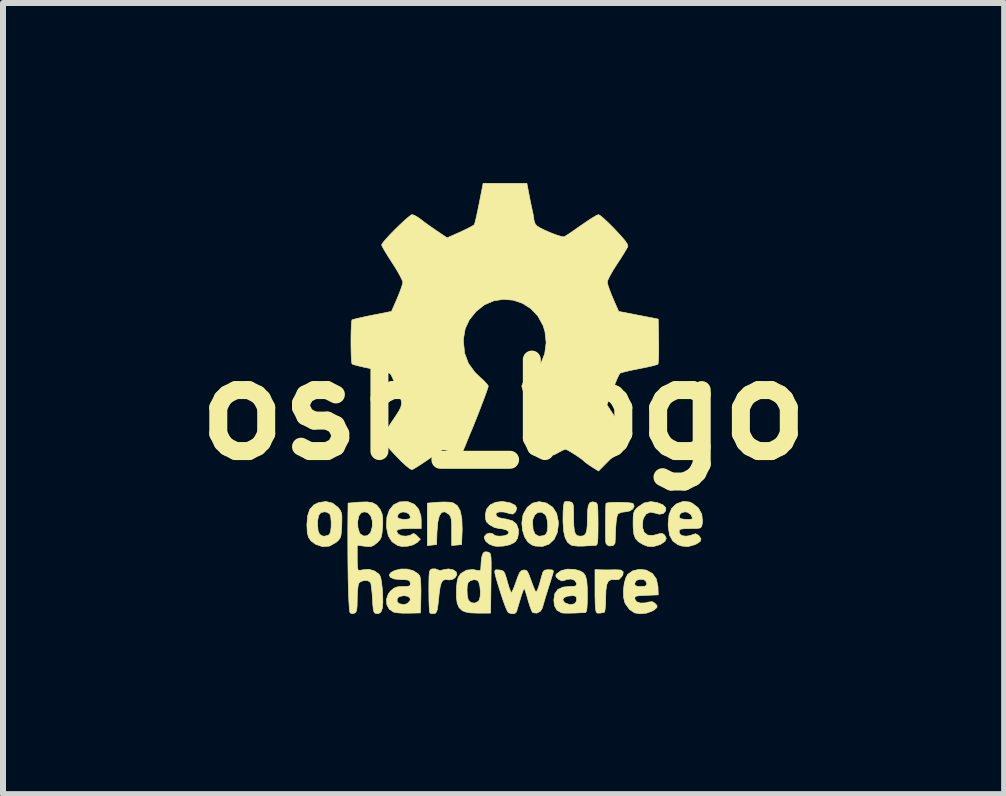
<source format=kicad_pcb>
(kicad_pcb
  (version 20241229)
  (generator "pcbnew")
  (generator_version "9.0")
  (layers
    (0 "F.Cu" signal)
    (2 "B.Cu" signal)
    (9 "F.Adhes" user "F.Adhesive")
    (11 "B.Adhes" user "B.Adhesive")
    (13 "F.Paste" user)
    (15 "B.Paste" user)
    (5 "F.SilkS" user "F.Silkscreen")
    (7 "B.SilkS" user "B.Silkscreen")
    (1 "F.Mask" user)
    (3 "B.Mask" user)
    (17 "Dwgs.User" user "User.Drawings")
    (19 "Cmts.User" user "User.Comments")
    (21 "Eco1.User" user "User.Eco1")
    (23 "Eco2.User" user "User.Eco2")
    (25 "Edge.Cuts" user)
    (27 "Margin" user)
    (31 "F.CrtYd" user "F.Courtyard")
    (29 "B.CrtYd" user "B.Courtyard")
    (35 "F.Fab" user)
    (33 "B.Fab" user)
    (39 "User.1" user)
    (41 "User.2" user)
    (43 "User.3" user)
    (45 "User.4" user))
  (footprint "osh_logo"
    (layer "F.Cu")
    (at 5.341 3.777)
    (property "Reference" "osh_logo" (at 0 0 0) (layer "F.SilkS") (effects (font (size 1.524 1.524) (thickness 0.3))))
    (attr through_hole)
    (fp_poly (pts (xy -0.896 1.542) (xy -0.839 1.553) (xy -0.769 1.6) (xy -0.721 1.688) (xy -0.695 1.817) (xy -0.689 1.991) (xy -0.69 2.022) (xy -0.699 2.248) (xy -0.864 2.264) (xy -0.864 2.025) (xy -0.865 1.908) (xy -0.871 1.83) (xy -0.883 1.781) (xy -0.904 1.75) (xy -0.91 1.744) (xy -0.976 1.702) (xy -1.029 1.71) (xy -1.069 1.766) (xy -1.095 1.872) (xy -1.108 2.026) (xy -1.109 2.032) (xy -1.116 2.248) (xy -1.193 2.256) (xy -1.27 2.264) (xy -1.27 1.557) (xy -1.092 1.542) (xy -0.988 1.538) (xy -0.896 1.542)) (stroke (width 0.01) (type solid)) (fill yes) (layer "F.SilkS"))
    (fp_poly (pts (xy 1.645 2.669) (xy 1.743 2.67) (xy 1.84 2.668) (xy 1.863 2.667) (xy 1.951 2.672) (xy 1.993 2.698) (xy 1.99 2.747) (xy 1.971 2.78) (xy 1.927 2.827) (xy 1.872 2.835) (xy 1.861 2.833) (xy 1.795 2.831) (xy 1.749 2.855) (xy 1.721 2.913) (xy 1.706 3.009) (xy 1.702 3.141) (xy 1.699 3.244) (xy 1.693 3.324) (xy 1.684 3.371) (xy 1.678 3.378) (xy 1.634 3.385) (xy 1.621 3.389) (xy 1.568 3.39) (xy 1.556 3.387) (xy 1.542 3.366) (xy 1.532 3.311) (xy 1.527 3.219) (xy 1.524 3.083) (xy 1.524 3.02) (xy 1.524 2.665) (xy 1.645 2.669)) (stroke (width 0.01) (type solid)) (fill yes) (layer "F.SilkS"))
    (fp_poly (pts (xy 1.997 1.545) (xy 2.082 1.55) (xy 2.141 1.558) (xy 2.16 1.565) (xy 2.177 1.609) (xy 2.154 1.653) (xy 2.102 1.688) (xy 2.03 1.702) (xy 2.029 1.702) (xy 1.959 1.711) (xy 1.91 1.735) (xy 1.906 1.738) (xy 1.891 1.78) (xy 1.878 1.857) (xy 1.87 1.956) (xy 1.868 1.986) (xy 1.864 2.087) (xy 1.861 2.17) (xy 1.858 2.22) (xy 1.857 2.226) (xy 1.831 2.261) (xy 1.774 2.271) (xy 1.746 2.267) (xy 1.709 2.235) (xy 1.701 2.189) (xy 1.699 2.056) (xy 1.699 1.922) (xy 1.7 1.796) (xy 1.701 1.688) (xy 1.704 1.607) (xy 1.707 1.564) (xy 1.708 1.56) (xy 1.742 1.551) (xy 1.812 1.545) (xy 1.902 1.543) (xy 1.997 1.545)) (stroke (width 0.01) (type solid)) (fill yes) (layer "F.SilkS"))
    (fp_poly (pts (xy -1.107 2.665) (xy -1.057 2.681) (xy -1.005 2.668) (xy -0.919 2.653) (xy -0.838 2.669) (xy -0.789 2.703) (xy -0.778 2.748) (xy -0.803 2.795) (xy -0.851 2.829) (xy -0.909 2.837) (xy -0.912 2.836) (xy -0.969 2.83) (xy -1.009 2.844) (xy -1.037 2.884) (xy -1.057 2.957) (xy -1.073 3.071) (xy -1.079 3.129) (xy -1.092 3.248) (xy -1.103 3.325) (xy -1.117 3.369) (xy -1.134 3.391) (xy -1.157 3.398) (xy -1.207 3.397) (xy -1.227 3.388) (xy -1.233 3.357) (xy -1.239 3.285) (xy -1.243 3.182) (xy -1.244 3.058) (xy -1.245 3.02) (xy -1.244 2.88) (xy -1.242 2.783) (xy -1.237 2.72) (xy -1.228 2.683) (xy -1.214 2.664) (xy -1.194 2.654) (xy -1.193 2.654) (xy -1.136 2.652) (xy -1.107 2.665)) (stroke (width 0.01) (type solid)) (fill yes) (layer "F.SilkS"))
    (fp_poly (pts (xy 2.56 1.548) (xy 2.655 1.585) (xy 2.703 1.633) (xy 2.703 1.685) (xy 2.662 1.731) (xy 2.594 1.742) (xy 2.53 1.724) (xy 2.446 1.707) (xy 2.377 1.737) (xy 2.332 1.807) (xy 2.322 1.844) (xy 2.315 1.96) (xy 2.343 2.043) (xy 2.401 2.09) (xy 2.487 2.096) (xy 2.539 2.083) (xy 2.608 2.064) (xy 2.649 2.064) (xy 2.681 2.086) (xy 2.684 2.089) (xy 2.712 2.142) (xy 2.69 2.194) (xy 2.622 2.241) (xy 2.605 2.249) (xy 2.493 2.282) (xy 2.396 2.275) (xy 2.324 2.247) (xy 2.247 2.2) (xy 2.198 2.146) (xy 2.171 2.073) (xy 2.16 1.968) (xy 2.159 1.9) (xy 2.16 1.797) (xy 2.166 1.731) (xy 2.182 1.686) (xy 2.21 1.65) (xy 2.236 1.625) (xy 2.34 1.555) (xy 2.454 1.532) (xy 2.56 1.548)) (stroke (width 0.01) (type solid)) (fill yes) (layer "F.SilkS"))
    (fp_poly (pts (xy 0.71 1.555) (xy 0.719 1.559) (xy 0.82 1.626) (xy 0.885 1.729) (xy 0.913 1.866) (xy 0.914 1.908) (xy 0.895 2.05) (xy 0.842 2.162) (xy 0.76 2.239) (xy 0.654 2.278) (xy 0.531 2.273) (xy 0.476 2.256) (xy 0.405 2.205) (xy 0.35 2.118) (xy 0.316 2.008) (xy 0.305 1.888) (xy 0.306 1.882) (xy 0.483 1.882) (xy 0.493 2) (xy 0.526 2.074) (xy 0.582 2.106) (xy 0.604 2.108) (xy 0.668 2.098) (xy 0.706 2.078) (xy 0.728 2.027) (xy 0.737 1.948) (xy 0.732 1.861) (xy 0.715 1.785) (xy 0.695 1.748) (xy 0.633 1.708) (xy 0.572 1.712) (xy 0.521 1.753) (xy 0.489 1.826) (xy 0.483 1.882) (xy 0.306 1.882) (xy 0.321 1.77) (xy 0.332 1.735) (xy 0.396 1.626) (xy 0.485 1.557) (xy 0.592 1.532) (xy 0.71 1.555)) (stroke (width 0.01) (type solid)) (fill yes) (layer "F.SilkS"))
    (fp_poly (pts (xy -2.848 1.558) (xy -2.756 1.63) (xy -2.755 1.631) (xy -2.722 1.674) (xy -2.703 1.716) (xy -2.694 1.77) (xy -2.694 1.851) (xy -2.696 1.925) (xy -2.702 2.03) (xy -2.71 2.099) (xy -2.726 2.143) (xy -2.754 2.179) (xy -2.793 2.213) (xy -2.9 2.273) (xy -3.014 2.283) (xy -3.129 2.244) (xy -3.142 2.236) (xy -3.208 2.187) (xy -3.249 2.129) (xy -3.27 2.05) (xy -3.276 1.935) (xy -3.277 1.913) (xy -3.276 1.905) (xy -3.099 1.905) (xy -3.091 2.011) (xy -3.066 2.076) (xy -3.019 2.105) (xy -2.985 2.108) (xy -2.926 2.094) (xy -2.901 2.078) (xy -2.882 2.033) (xy -2.873 1.958) (xy -2.872 1.871) (xy -2.879 1.791) (xy -2.896 1.738) (xy -2.901 1.732) (xy -2.95 1.707) (xy -2.985 1.702) (xy -3.044 1.715) (xy -3.08 1.761) (xy -3.097 1.844) (xy -3.099 1.905) (xy -3.276 1.905) (xy -3.264 1.766) (xy -3.227 1.658) (xy -3.16 1.586) (xy -3.086 1.55) (xy -2.961 1.53) (xy -2.848 1.558)) (stroke (width 0.01) (type solid)) (fill yes) (layer "F.SilkS"))
    (fp_poly (pts (xy -1.587 1.535) (xy -1.486 1.577) (xy -1.415 1.658) (xy -1.377 1.772) (xy -1.372 1.843) (xy -1.372 1.981) (xy -1.575 1.981) (xy -1.689 1.985) (xy -1.757 1.997) (xy -1.782 2.021) (xy -1.766 2.057) (xy -1.748 2.078) (xy -1.695 2.102) (xy -1.622 2.107) (xy -1.554 2.093) (xy -1.529 2.077) (xy -1.498 2.063) (xy -1.459 2.086) (xy -1.442 2.103) (xy -1.386 2.159) (xy -1.439 2.213) (xy -1.506 2.252) (xy -1.599 2.275) (xy -1.696 2.279) (xy -1.765 2.263) (xy -1.86 2.199) (xy -1.92 2.102) (xy -1.949 1.968) (xy -1.951 1.947) (xy -1.944 1.794) (xy -1.941 1.784) (xy -1.771 1.784) (xy -1.744 1.815) (xy -1.671 1.828) (xy -1.65 1.829) (xy -1.577 1.821) (xy -1.55 1.798) (xy -1.549 1.796) (xy -1.571 1.743) (xy -1.622 1.71) (xy -1.685 1.704) (xy -1.742 1.728) (xy -1.752 1.739) (xy -1.771 1.784) (xy -1.941 1.784) (xy -1.903 1.672) (xy -1.832 1.585) (xy -1.734 1.537) (xy -1.613 1.531) (xy -1.587 1.535)) (stroke (width 0.01) (type solid)) (fill yes) (layer "F.SilkS"))
    (fp_poly (pts (xy 1.106 1.535) (xy 1.135 1.544) (xy 1.153 1.562) (xy 1.163 1.597) (xy 1.167 1.661) (xy 1.168 1.763) (xy 1.168 1.799) (xy 1.171 1.931) (xy 1.181 2.02) (xy 1.2 2.074) (xy 1.233 2.101) (xy 1.281 2.108) (xy 1.283 2.108) (xy 1.332 2.101) (xy 1.366 2.073) (xy 1.386 2.017) (xy 1.395 1.925) (xy 1.397 1.812) (xy 1.4 1.684) (xy 1.413 1.599) (xy 1.437 1.552) (xy 1.477 1.536) (xy 1.528 1.543) (xy 1.546 1.552) (xy 1.56 1.572) (xy 1.568 1.612) (xy 1.572 1.68) (xy 1.574 1.784) (xy 1.575 1.908) (xy 1.574 2.049) (xy 1.572 2.146) (xy 1.567 2.209) (xy 1.558 2.244) (xy 1.545 2.259) (xy 1.53 2.262) (xy 1.482 2.264) (xy 1.402 2.268) (xy 1.333 2.273) (xy 1.241 2.274) (xy 1.162 2.266) (xy 1.125 2.256) (xy 1.067 2.21) (xy 1.027 2.135) (xy 1.002 2.025) (xy 0.991 1.873) (xy 0.991 1.807) (xy 0.993 1.687) (xy 1 1.597) (xy 1.012 1.544) (xy 1.017 1.536) (xy 1.061 1.529) (xy 1.106 1.535)) (stroke (width 0.01) (type solid)) (fill yes) (layer "F.SilkS"))
    (fp_poly (pts (xy 2.373 2.672) (xy 2.381 2.675) (xy 2.482 2.731) (xy 2.546 2.821) (xy 2.573 2.945) (xy 2.574 2.961) (xy 2.578 3.086) (xy 2.38 3.094) (xy 2.28 3.098) (xy 2.222 3.105) (xy 2.194 3.117) (xy 2.187 3.139) (xy 2.189 3.157) (xy 2.218 3.201) (xy 2.28 3.222) (xy 2.362 3.22) (xy 2.412 3.206) (xy 2.477 3.199) (xy 2.519 3.223) (xy 2.557 3.263) (xy 2.556 3.296) (xy 2.514 3.334) (xy 2.483 3.353) (xy 2.385 3.39) (xy 2.274 3.401) (xy 2.184 3.386) (xy 2.1 3.33) (xy 2.032 3.237) (xy 2.018 3.207) (xy 2 3.123) (xy 1.997 3.016) (xy 2.01 2.905) (xy 2.012 2.897) (xy 2.184 2.897) (xy 2.194 2.93) (xy 2.23 2.944) (xy 2.286 2.946) (xy 2.353 2.942) (xy 2.382 2.925) (xy 2.388 2.897) (xy 2.366 2.851) (xy 2.337 2.832) (xy 2.266 2.826) (xy 2.21 2.848) (xy 2.185 2.893) (xy 2.184 2.897) (xy 2.012 2.897) (xy 2.035 2.808) (xy 2.069 2.744) (xy 2.154 2.685) (xy 2.262 2.66) (xy 2.373 2.672)) (stroke (width 0.01) (type solid)) (fill yes) (layer "F.SilkS"))
    (fp_poly (pts (xy -1.604 2.656) (xy -1.503 2.684) (xy -1.425 2.734) (xy -1.395 2.772) (xy -1.386 2.816) (xy -1.379 2.898) (xy -1.376 3.005) (xy -1.377 3.103) (xy -1.384 3.387) (xy -1.575 3.391) (xy -1.678 3.391) (xy -1.769 3.385) (xy -1.829 3.374) (xy -1.831 3.374) (xy -1.904 3.325) (xy -1.945 3.25) (xy -1.948 3.195) (xy -1.774 3.195) (xy -1.744 3.23) (xy -1.734 3.234) (xy -1.667 3.247) (xy -1.622 3.238) (xy -1.588 3.217) (xy -1.554 3.174) (xy -1.56 3.136) (xy -1.599 3.109) (xy -1.66 3.099) (xy -1.734 3.113) (xy -1.738 3.114) (xy -1.772 3.148) (xy -1.774 3.195) (xy -1.948 3.195) (xy -1.951 3.161) (xy -1.921 3.072) (xy -1.882 3.021) (xy -1.826 2.974) (xy -1.768 2.952) (xy -1.684 2.946) (xy -1.677 2.946) (xy -1.6 2.945) (xy -1.563 2.935) (xy -1.552 2.913) (xy -1.554 2.889) (xy -1.563 2.857) (xy -1.589 2.84) (xy -1.642 2.833) (xy -1.712 2.832) (xy -1.821 2.821) (xy -1.885 2.794) (xy -1.905 2.756) (xy -1.88 2.716) (xy -1.811 2.679) (xy -1.709 2.655) (xy -1.604 2.656)) (stroke (width 0.01) (type solid)) (fill yes) (layer "F.SilkS"))
    (fp_poly (pts (xy -0.264 2.372) (xy -0.256 2.374) (xy -0.238 2.382) (xy -0.224 2.395) (xy -0.215 2.422) (xy -0.209 2.468) (xy -0.206 2.541) (xy -0.206 2.648) (xy -0.208 2.795) (xy -0.209 2.891) (xy -0.216 3.39) (xy -0.416 3.391) (xy -0.545 3.386) (xy -0.634 3.371) (xy -0.688 3.348) (xy -0.74 3.3) (xy -0.772 3.226) (xy -0.786 3.12) (xy -0.784 3.009) (xy -0.609 3.009) (xy -0.604 3.093) (xy -0.59 3.161) (xy -0.583 3.177) (xy -0.537 3.217) (xy -0.476 3.223) (xy -0.421 3.194) (xy -0.404 3.171) (xy -0.389 3.111) (xy -0.386 3.03) (xy -0.394 2.945) (xy -0.412 2.876) (xy -0.435 2.843) (xy -0.491 2.832) (xy -0.555 2.85) (xy -0.59 2.88) (xy -0.604 2.93) (xy -0.609 3.009) (xy -0.784 3.009) (xy -0.784 2.973) (xy -0.783 2.958) (xy -0.773 2.858) (xy -0.754 2.792) (xy -0.721 2.743) (xy -0.708 2.728) (xy -0.619 2.674) (xy -0.51 2.663) (xy -0.438 2.678) (xy -0.391 2.682) (xy -0.38 2.662) (xy -0.372 2.529) (xy -0.359 2.44) (xy -0.338 2.388) (xy -0.308 2.368) (xy -0.264 2.372)) (stroke (width 0.01) (type solid)) (fill yes) (layer "F.SilkS"))
    (fp_poly (pts (xy 3.094 1.538) (xy 3.145 1.559) (xy 3.246 1.637) (xy 3.303 1.74) (xy 3.316 1.863) (xy 3.309 1.911) (xy 3.3 1.947) (xy 3.282 1.968) (xy 3.244 1.978) (xy 3.173 1.981) (xy 3.108 1.981) (xy 3.008 1.983) (xy 2.95 1.992) (xy 2.926 2.011) (xy 2.929 2.046) (xy 2.936 2.068) (xy 2.972 2.098) (xy 3.036 2.108) (xy 3.111 2.098) (xy 3.154 2.08) (xy 3.201 2.067) (xy 3.245 2.091) (xy 3.257 2.103) (xy 3.29 2.152) (xy 3.278 2.195) (xy 3.219 2.235) (xy 3.185 2.25) (xy 3.073 2.282) (xy 2.968 2.272) (xy 2.904 2.249) (xy 2.821 2.189) (xy 2.768 2.094) (xy 2.745 1.959) (xy 2.743 1.905) (xy 2.757 1.758) (xy 2.757 1.756) (xy 2.93 1.756) (xy 2.934 1.804) (xy 2.935 1.806) (xy 2.964 1.819) (xy 3.02 1.827) (xy 3.083 1.829) (xy 3.132 1.824) (xy 3.15 1.814) (xy 3.127 1.754) (xy 3.072 1.712) (xy 3.024 1.702) (xy 2.964 1.718) (xy 2.93 1.756) (xy 2.757 1.756) (xy 2.799 1.649) (xy 2.872 1.576) (xy 2.895 1.563) (xy 2.997 1.528) (xy 3.094 1.538)) (stroke (width 0.01) (type solid)) (fill yes) (layer "F.SilkS"))
    (fp_poly (pts (xy 1.178 2.661) (xy 1.197 2.665) (xy 1.275 2.687) (xy 1.33 2.719) (xy 1.366 2.77) (xy 1.386 2.847) (xy 1.395 2.958) (xy 1.397 3.089) (xy 1.395 3.224) (xy 1.39 3.313) (xy 1.38 3.363) (xy 1.366 3.38) (xy 1.365 3.38) (xy 1.213 3.388) (xy 1.09 3.391) (xy 1.004 3.39) (xy 0.965 3.385) (xy 0.89 3.341) (xy 0.849 3.268) (xy 0.838 3.173) (xy 0.838 3.171) (xy 0.988 3.171) (xy 1.016 3.211) (xy 1.035 3.224) (xy 1.108 3.249) (xy 1.179 3.236) (xy 1.21 3.201) (xy 1.219 3.16) (xy 1.21 3.116) (xy 1.173 3.1) (xy 1.145 3.099) (xy 1.058 3.109) (xy 1.004 3.135) (xy 0.988 3.171) (xy 0.838 3.171) (xy 0.854 3.067) (xy 0.904 2.996) (xy 0.992 2.956) (xy 1.097 2.946) (xy 1.172 2.944) (xy 1.207 2.934) (xy 1.217 2.91) (xy 1.215 2.889) (xy 1.186 2.844) (xy 1.127 2.822) (xy 1.055 2.828) (xy 1.02 2.843) (xy 0.971 2.854) (xy 0.919 2.828) (xy 0.911 2.822) (xy 0.873 2.783) (xy 0.873 2.752) (xy 0.886 2.735) (xy 0.959 2.682) (xy 1.062 2.657) (xy 1.178 2.661)) (stroke (width 0.01) (type solid)) (fill yes) (layer "F.SilkS"))
    (fp_poly (pts (xy 0.105 1.551) (xy 0.114 1.554) (xy 0.192 1.592) (xy 0.221 1.639) (xy 0.202 1.697) (xy 0.193 1.709) (xy 0.158 1.739) (xy 0.109 1.734) (xy 0.09 1.728) (xy 0.01 1.706) (xy -0.063 1.703) (xy -0.113 1.716) (xy -0.127 1.738) (xy -0.116 1.776) (xy -0.075 1.8) (xy 0.003 1.817) (xy 0.033 1.82) (xy 0.146 1.85) (xy 0.217 1.908) (xy 0.248 1.997) (xy 0.249 2.054) (xy 0.235 2.139) (xy 0.2 2.194) (xy 0.174 2.216) (xy 0.099 2.252) (xy -0.004 2.273) (xy -0.109 2.277) (xy -0.165 2.27) (xy -0.245 2.237) (xy -0.301 2.187) (xy -0.322 2.131) (xy -0.319 2.112) (xy -0.285 2.073) (xy -0.231 2.056) (xy -0.181 2.067) (xy -0.165 2.083) (xy -0.128 2.102) (xy -0.064 2.108) (xy 0.007 2.101) (xy 0.062 2.083) (xy 0.075 2.072) (xy 0.089 2.039) (xy 0.06 2.012) (xy 0.054 2.008) (xy -0.01 1.988) (xy -0.069 1.981) (xy -0.151 1.963) (xy -0.235 1.917) (xy -0.285 1.868) (xy -0.298 1.826) (xy -0.304 1.759) (xy -0.304 1.751) (xy -0.283 1.657) (xy -0.222 1.586) (xy -0.132 1.543) (xy -0.02 1.529) (xy 0.105 1.551)) (stroke (width 0.01) (type solid)) (fill yes) (layer "F.SilkS"))
    (fp_poly (pts (xy 0.811 2.67) (xy 0.831 2.687) (xy 0.825 2.724) (xy 0.809 2.773) (xy 0.784 2.856) (xy 0.751 2.959) (xy 0.735 3.01) (xy 0.701 3.118) (xy 0.672 3.216) (xy 0.652 3.286) (xy 0.647 3.306) (xy 0.613 3.36) (xy 0.554 3.39) (xy 0.493 3.384) (xy 0.486 3.38) (xy 0.467 3.35) (xy 0.442 3.283) (xy 0.414 3.194) (xy 0.409 3.177) (xy 0.383 3.087) (xy 0.361 3.017) (xy 0.347 2.981) (xy 0.346 2.979) (xy 0.334 2.996) (xy 0.313 3.051) (xy 0.286 3.133) (xy 0.28 3.154) (xy 0.252 3.248) (xy 0.229 3.324) (xy 0.216 3.369) (xy 0.215 3.372) (xy 0.184 3.398) (xy 0.129 3.4) (xy 0.08 3.381) (xy 0.06 3.35) (xy 0.03 3.28) (xy -0.006 3.182) (xy -0.043 3.071) (xy -0.09 2.921) (xy -0.122 2.813) (xy -0.141 2.741) (xy -0.147 2.697) (xy -0.14 2.675) (xy -0.121 2.668) (xy -0.091 2.67) (xy -0.073 2.671) (xy -0.029 2.678) (xy 0.001 2.695) (xy 0.023 2.733) (xy 0.046 2.802) (xy 0.063 2.864) (xy 0.089 2.952) (xy 0.113 3.017) (xy 0.129 3.047) (xy 0.131 3.048) (xy 0.146 3.026) (xy 0.172 2.967) (xy 0.203 2.883) (xy 0.209 2.864) (xy 0.244 2.768) (xy 0.271 2.711) (xy 0.3 2.682) (xy 0.333 2.672) (xy 0.368 2.673) (xy 0.394 2.691) (xy 0.419 2.738) (xy 0.45 2.821) (xy 0.456 2.837) (xy 0.488 2.925) (xy 0.516 2.994) (xy 0.534 3.03) (xy 0.534 3.031) (xy 0.551 3.029) (xy 0.572 2.987) (xy 0.6 2.902) (xy 0.635 2.775) (xy 0.655 2.708) (xy 0.681 2.676) (xy 0.726 2.667) (xy 0.752 2.667) (xy 0.811 2.67)) (stroke (width 0.01) (type solid)) (fill yes) (layer "F.SilkS"))
    (fp_poly (pts (xy -2.18 1.552) (xy -2.112 1.591) (xy -2.06 1.657) (xy -2.049 1.676) (xy -2.024 1.738) (xy -2.013 1.808) (xy -2.013 1.905) (xy -2.016 1.956) (xy -2.025 2.056) (xy -2.037 2.121) (xy -2.06 2.167) (xy -2.098 2.208) (xy -2.11 2.219) (xy -2.166 2.263) (xy -2.216 2.281) (xy -2.284 2.279) (xy -2.315 2.275) (xy -2.438 2.259) (xy -2.438 2.459) (xy -2.437 2.555) (xy -2.432 2.63) (xy -2.425 2.67) (xy -2.424 2.673) (xy -2.392 2.677) (xy -2.334 2.666) (xy -2.332 2.666) (xy -2.241 2.66) (xy -2.149 2.688) (xy -2.077 2.74) (xy -2.058 2.768) (xy -2.043 2.817) (xy -2.03 2.901) (xy -2.018 3.007) (xy -2.015 3.058) (xy -2.011 3.206) (xy -2.019 3.308) (xy -2.042 3.371) (xy -2.081 3.398) (xy -2.116 3.399) (xy -2.142 3.391) (xy -2.159 3.372) (xy -2.17 3.33) (xy -2.178 3.256) (xy -2.184 3.15) (xy -2.192 3.041) (xy -2.202 2.951) (xy -2.212 2.891) (xy -2.218 2.877) (xy -2.262 2.849) (xy -2.325 2.846) (xy -2.385 2.867) (xy -2.412 2.894) (xy -2.424 2.941) (xy -2.433 3.024) (xy -2.438 3.126) (xy -2.438 3.158) (xy -2.44 3.268) (xy -2.447 3.336) (xy -2.46 3.374) (xy -2.479 3.388) (xy -2.516 3.401) (xy -2.538 3.396) (xy -2.558 3.383) (xy -2.566 3.354) (xy -2.572 3.279) (xy -2.579 3.165) (xy -2.584 3.017) (xy -2.589 2.841) (xy -2.592 2.641) (xy -2.594 2.425) (xy -2.595 2.197) (xy -2.595 1.964) (xy -2.594 1.864) (xy -2.431 1.864) (xy -2.427 1.961) (xy -2.403 2.045) (xy -2.386 2.072) (xy -2.33 2.106) (xy -2.269 2.099) (xy -2.219 2.054) (xy -2.214 2.044) (xy -2.186 1.947) (xy -2.187 1.852) (xy -2.212 1.772) (xy -2.259 1.718) (xy -2.312 1.702) (xy -2.369 1.715) (xy -2.407 1.764) (xy -2.413 1.778) (xy -2.431 1.864) (xy -2.594 1.864) (xy -2.593 1.73) (xy -2.592 1.674) (xy -2.591 1.557) (xy -2.408 1.541) (xy -2.275 1.537) (xy -2.18 1.552)) (stroke (width 0.01) (type solid)) (fill yes) (layer "F.SilkS"))
    (fp_poly (pts (xy 0.423 -3.594) (xy 0.444 -3.485) (xy 0.466 -3.379) (xy 0.482 -3.308) (xy 0.498 -3.23) (xy 0.507 -3.166) (xy 0.508 -3.153) (xy 0.526 -3.1) (xy 0.554 -3.065) (xy 0.603 -3.033) (xy 0.68 -2.994) (xy 0.771 -2.954) (xy 0.864 -2.918) (xy 0.944 -2.892) (xy 0.998 -2.881) (xy 1.01 -2.882) (xy 1.043 -2.901) (xy 1.108 -2.943) (xy 1.195 -3.003) (xy 1.295 -3.073) (xy 1.395 -3.142) (xy 1.483 -3.199) (xy 1.548 -3.237) (xy 1.582 -3.251) (xy 1.582 -3.251) (xy 1.612 -3.234) (xy 1.67 -3.186) (xy 1.746 -3.115) (xy 1.834 -3.027) (xy 1.852 -3.008) (xy 1.955 -2.898) (xy 2.024 -2.817) (xy 2.062 -2.761) (xy 2.072 -2.725) (xy 2.071 -2.719) (xy 2.051 -2.681) (xy 2.009 -2.61) (xy 1.952 -2.519) (xy 1.892 -2.428) (xy 1.826 -2.325) (xy 1.774 -2.233) (xy 1.739 -2.162) (xy 1.729 -2.126) (xy 1.739 -2.078) (xy 1.766 -1.999) (xy 1.804 -1.901) (xy 1.824 -1.854) (xy 1.918 -1.638) (xy 2.248 -1.574) (xy 2.578 -1.51) (xy 2.585 -1.144) (xy 2.586 -1.013) (xy 2.585 -0.899) (xy 2.581 -0.813) (xy 2.575 -0.765) (xy 2.572 -0.758) (xy 2.54 -0.746) (xy 2.469 -0.727) (xy 2.369 -0.705) (xy 2.26 -0.683) (xy 2.143 -0.66) (xy 2.043 -0.637) (xy 1.972 -0.619) (xy 1.941 -0.607) (xy 1.921 -0.575) (xy 1.889 -0.507) (xy 1.85 -0.413) (xy 1.818 -0.333) (xy 1.723 -0.081) (xy 1.891 0.176) (xy 1.958 0.279) (xy 2.015 0.369) (xy 2.056 0.437) (xy 2.074 0.471) (xy 2.062 0.508) (xy 2.012 0.577) (xy 1.922 0.677) (xy 1.836 0.766) (xy 1.583 1.022) (xy 1.471 0.952) (xy 1.405 0.908) (xy 1.359 0.874) (xy 1.346 0.862) (xy 1.316 0.834) (xy 1.257 0.792) (xy 1.185 0.744) (xy 1.114 0.7) (xy 1.057 0.669) (xy 1.032 0.66) (xy 0.993 0.673) (xy 0.933 0.703) (xy 0.92 0.711) (xy 0.843 0.752) (xy 0.788 0.76) (xy 0.745 0.73) (xy 0.705 0.659) (xy 0.677 0.591) (xy 0.644 0.505) (xy 0.597 0.387) (xy 0.542 0.247) (xy 0.483 0.101) (xy 0.458 0.039) (xy 0.406 -0.094) (xy 0.361 -0.214) (xy 0.328 -0.311) (xy 0.308 -0.376) (xy 0.305 -0.397) (xy 0.326 -0.451) (xy 0.375 -0.496) (xy 0.516 -0.616) (xy 0.62 -0.765) (xy 0.686 -0.935) (xy 0.71 -1.116) (xy 0.69 -1.301) (xy 0.659 -1.402) (xy 0.572 -1.56) (xy 0.455 -1.684) (xy 0.315 -1.773) (xy 0.16 -1.825) (xy -0.004 -1.839) (xy -0.166 -1.813) (xy -0.321 -1.746) (xy -0.459 -1.635) (xy -0.461 -1.633) (xy -0.572 -1.494) (xy -0.639 -1.349) (xy -0.667 -1.186) (xy -0.668 -1.13) (xy -0.648 -0.94) (xy -0.586 -0.773) (xy -0.479 -0.625) (xy -0.395 -0.544) (xy -0.326 -0.481) (xy -0.276 -0.427) (xy -0.254 -0.394) (xy -0.254 -0.392) (xy -0.263 -0.36) (xy -0.287 -0.29) (xy -0.322 -0.193) (xy -0.366 -0.078) (xy -0.413 0.045) (xy -0.461 0.166) (xy -0.505 0.276) (xy -0.542 0.364) (xy -0.544 0.368) (xy -0.571 0.434) (xy -0.608 0.524) (xy -0.634 0.591) (xy -0.669 0.671) (xy -0.699 0.73) (xy -0.717 0.753) (xy -0.752 0.751) (xy -0.816 0.731) (xy -0.868 0.709) (xy -0.96 0.673) (xy -1.017 0.669) (xy -1.029 0.674) (xy -1.065 0.698) (xy -1.131 0.744) (xy -1.217 0.803) (xy -1.275 0.843) (xy -1.369 0.906) (xy -1.449 0.957) (xy -1.506 0.991) (xy -1.524 0.999) (xy -1.558 0.986) (xy -1.621 0.937) (xy -1.708 0.856) (xy -1.791 0.771) (xy -1.877 0.679) (xy -1.95 0.597) (xy -2.002 0.534) (xy -2.026 0.498) (xy -2.027 0.496) (xy -2.017 0.461) (xy -1.983 0.395) (xy -1.932 0.308) (xy -1.885 0.236) (xy -1.804 0.116) (xy -1.748 0.029) (xy -1.714 -0.037) (xy -1.7 -0.092) (xy -1.704 -0.147) (xy -1.724 -0.213) (xy -1.757 -0.301) (xy -1.768 -0.333) (xy -1.809 -0.437) (xy -1.847 -0.524) (xy -1.876 -0.583) (xy -1.888 -0.599) (xy -1.923 -0.615) (xy -1.998 -0.636) (xy -2.1 -0.661) (xy -2.21 -0.684) (xy -2.327 -0.708) (xy -2.425 -0.731) (xy -2.495 -0.75) (xy -2.525 -0.762) (xy -2.531 -0.793) (xy -2.537 -0.864) (xy -2.54 -0.962) (xy -2.542 -1.077) (xy -2.542 -1.197) (xy -2.54 -1.31) (xy -2.536 -1.406) (xy -2.531 -1.472) (xy -2.525 -1.497) (xy -2.496 -1.506) (xy -2.428 -1.523) (xy -2.329 -1.545) (xy -2.21 -1.57) (xy -2.19 -1.574) (xy -1.867 -1.638) (xy -1.773 -1.854) (xy -1.731 -1.956) (xy -1.699 -2.044) (xy -1.68 -2.107) (xy -1.678 -2.123) (xy -1.691 -2.163) (xy -1.727 -2.235) (xy -1.781 -2.33) (xy -1.848 -2.436) (xy -1.854 -2.446) (xy -1.921 -2.55) (xy -1.977 -2.641) (xy -2.016 -2.709) (xy -2.032 -2.744) (xy -2.032 -2.746) (xy -2.014 -2.778) (xy -1.967 -2.835) (xy -1.899 -2.91) (xy -1.818 -2.993) (xy -1.733 -3.076) (xy -1.652 -3.152) (xy -1.584 -3.211) (xy -1.537 -3.246) (xy -1.523 -3.251) (xy -1.479 -3.236) (xy -1.416 -3.198) (xy -1.381 -3.173) (xy -1.311 -3.119) (xy -1.216 -3.051) (xy -1.119 -2.984) (xy -1.111 -2.979) (xy -0.94 -2.864) (xy -0.723 -2.96) (xy -0.626 -3.006) (xy -0.547 -3.046) (xy -0.498 -3.075) (xy -0.488 -3.084) (xy -0.476 -3.118) (xy -0.458 -3.192) (xy -0.435 -3.295) (xy -0.41 -3.418) (xy -0.405 -3.442) (xy -0.34 -3.772) (xy 0.389 -3.772) (xy 0.423 -3.594)) (stroke (width 0.01) (type solid)) (fill yes) (layer "F.SilkS")))
  (gr_rect
    (start -3 -3)
    (end 13.683 10.183)
    (stroke (width 0.1) (type default))
    (fill no)
    (layer "Edge.Cuts")))
</source>
